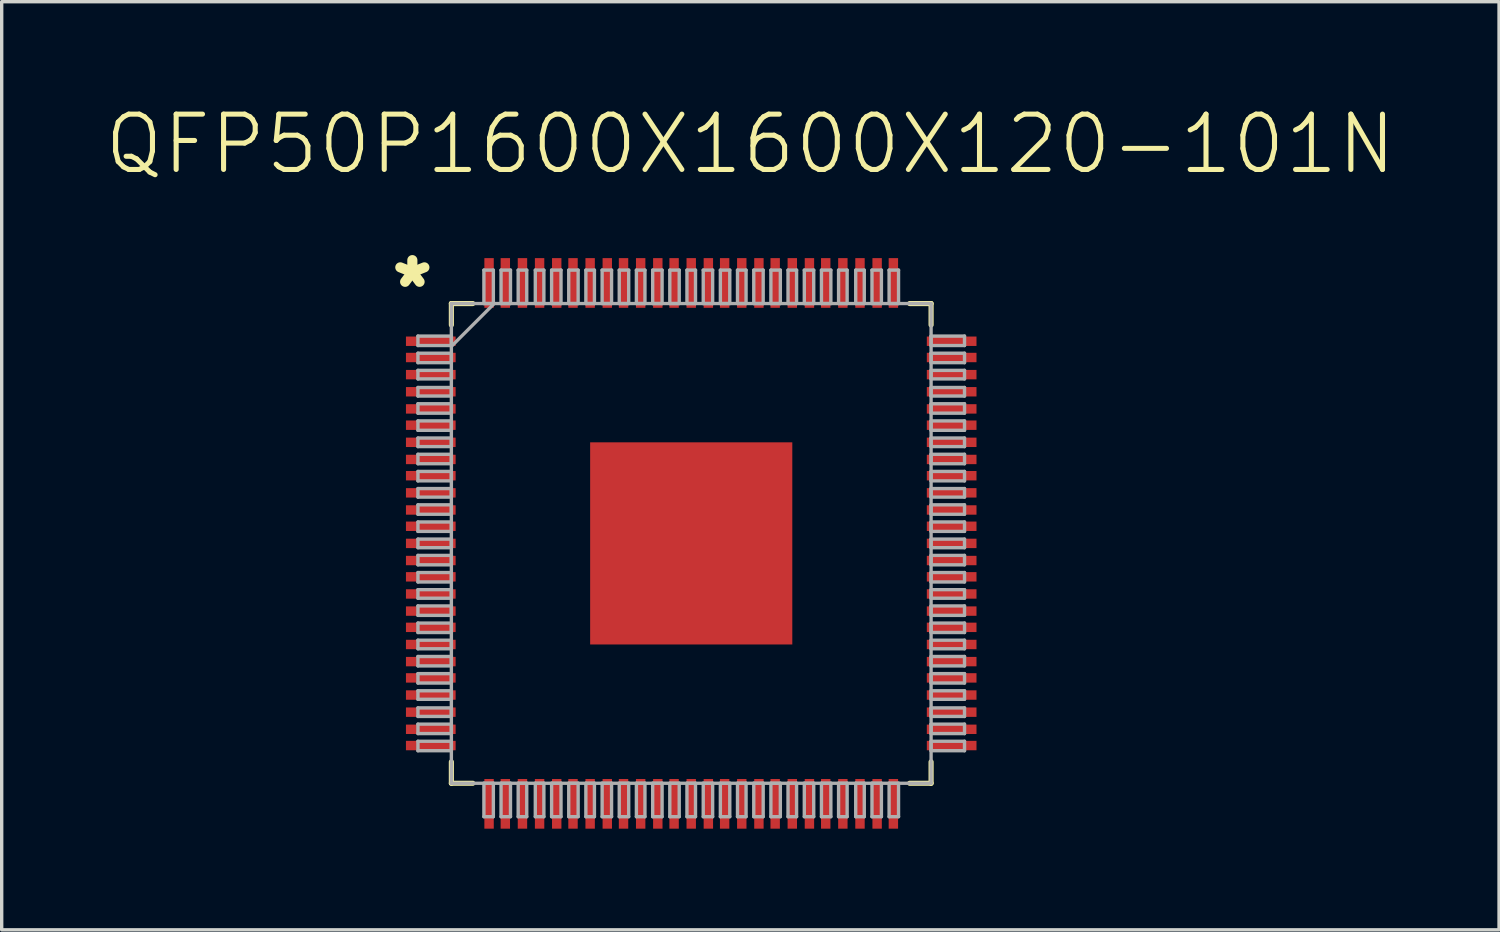
<source format=kicad_pcb>
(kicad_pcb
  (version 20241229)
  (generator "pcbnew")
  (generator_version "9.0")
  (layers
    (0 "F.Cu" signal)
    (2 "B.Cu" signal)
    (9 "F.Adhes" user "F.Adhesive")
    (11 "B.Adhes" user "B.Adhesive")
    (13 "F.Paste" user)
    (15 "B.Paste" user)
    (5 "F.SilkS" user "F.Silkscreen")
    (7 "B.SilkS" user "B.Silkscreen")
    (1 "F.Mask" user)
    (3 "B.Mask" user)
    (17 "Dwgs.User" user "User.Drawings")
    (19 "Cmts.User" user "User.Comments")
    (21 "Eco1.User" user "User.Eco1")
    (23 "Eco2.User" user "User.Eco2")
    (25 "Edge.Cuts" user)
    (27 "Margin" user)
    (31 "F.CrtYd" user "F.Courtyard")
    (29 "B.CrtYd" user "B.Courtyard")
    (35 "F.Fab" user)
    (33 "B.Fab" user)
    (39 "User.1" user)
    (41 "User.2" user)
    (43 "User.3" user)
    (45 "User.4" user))
  (footprint "QFP50P1600X1600X120-101N"
    (layer "F.Cu")
    (at 17.445 13.062)
    (property "Reference" "QFP50P1600X1600X120-101N" (at 1.753 -11.839 0) (layer "F.SilkS") (effects (font (size 1.64 1.64) (thickness 0.15))))
    (attr smd)
    (fp_line (start -7.112 -7.112) (end -7.112 -6.477) (stroke (width 0.152) (type solid)) (layer "F.SilkS"))
    (fp_line (start -7.112 6.477) (end -7.112 7.112) (stroke (width 0.152) (type solid)) (layer "F.SilkS"))
    (fp_line (start -7.112 7.112) (end -6.477 7.112) (stroke (width 0.152) (type solid)) (layer "F.SilkS"))
    (fp_line (start -6.477 -7.112) (end -7.112 -7.112) (stroke (width 0.152) (type solid)) (layer "F.SilkS"))
    (fp_line (start 6.477 7.112) (end 7.112 7.112) (stroke (width 0.152) (type solid)) (layer "F.SilkS"))
    (fp_line (start 7.112 -7.112) (end 6.477 -7.112) (stroke (width 0.152) (type solid)) (layer "F.SilkS"))
    (fp_line (start 7.112 -6.477) (end 7.112 -7.112) (stroke (width 0.152) (type solid)) (layer "F.SilkS"))
    (fp_line (start 7.112 7.112) (end 7.112 6.477) (stroke (width 0.152) (type solid)) (layer "F.SilkS"))
    (fp_line (start -8.103 -6.147) (end -8.103 -5.867) (stroke (width 0.1) (type solid)) (layer "F.Fab"))
    (fp_line (start -8.103 -5.867) (end -7.112 -5.867) (stroke (width 0.1) (type solid)) (layer "F.Fab"))
    (fp_line (start -8.103 -5.639) (end -8.103 -5.359) (stroke (width 0.1) (type solid)) (layer "F.Fab"))
    (fp_line (start -8.103 -5.359) (end -7.112 -5.359) (stroke (width 0.1) (type solid)) (layer "F.Fab"))
    (fp_line (start -8.103 -5.131) (end -8.103 -4.877) (stroke (width 0.1) (type solid)) (layer "F.Fab"))
    (fp_line (start -8.103 -4.877) (end -7.112 -4.877) (stroke (width 0.1) (type solid)) (layer "F.Fab"))
    (fp_line (start -8.103 -4.623) (end -8.103 -4.369) (stroke (width 0.1) (type solid)) (layer "F.Fab"))
    (fp_line (start -8.103 -4.369) (end -7.112 -4.369) (stroke (width 0.1) (type solid)) (layer "F.Fab"))
    (fp_line (start -8.103 -4.14) (end -8.103 -3.861) (stroke (width 0.1) (type solid)) (layer "F.Fab"))
    (fp_line (start -8.103 -3.861) (end -7.112 -3.861) (stroke (width 0.1) (type solid)) (layer "F.Fab"))
    (fp_line (start -8.103 -3.632) (end -8.103 -3.353) (stroke (width 0.1) (type solid)) (layer "F.Fab"))
    (fp_line (start -8.103 -3.353) (end -7.112 -3.353) (stroke (width 0.1) (type solid)) (layer "F.Fab"))
    (fp_line (start -8.103 -3.124) (end -8.103 -2.87) (stroke (width 0.1) (type solid)) (layer "F.Fab"))
    (fp_line (start -8.103 -2.87) (end -7.112 -2.87) (stroke (width 0.1) (type solid)) (layer "F.Fab"))
    (fp_line (start -8.103 -2.642) (end -8.103 -2.362) (stroke (width 0.1) (type solid)) (layer "F.Fab"))
    (fp_line (start -8.103 -2.362) (end -7.112 -2.362) (stroke (width 0.1) (type solid)) (layer "F.Fab"))
    (fp_line (start -8.103 -2.134) (end -8.103 -1.854) (stroke (width 0.1) (type solid)) (layer "F.Fab"))
    (fp_line (start -8.103 -1.854) (end -7.112 -1.854) (stroke (width 0.1) (type solid)) (layer "F.Fab"))
    (fp_line (start -8.103 -1.626) (end -8.103 -1.372) (stroke (width 0.1) (type solid)) (layer "F.Fab"))
    (fp_line (start -8.103 -1.372) (end -7.112 -1.372) (stroke (width 0.1) (type solid)) (layer "F.Fab"))
    (fp_line (start -8.103 -1.143) (end -8.103 -0.864) (stroke (width 0.1) (type solid)) (layer "F.Fab"))
    (fp_line (start -8.103 -0.864) (end -7.112 -0.864) (stroke (width 0.1) (type solid)) (layer "F.Fab"))
    (fp_line (start -8.103 -0.635) (end -8.103 -0.356) (stroke (width 0.1) (type solid)) (layer "F.Fab"))
    (fp_line (start -8.103 -0.356) (end -7.112 -0.356) (stroke (width 0.1) (type solid)) (layer "F.Fab"))
    (fp_line (start -8.103 -0.127) (end -8.103 0.127) (stroke (width 0.1) (type solid)) (layer "F.Fab"))
    (fp_line (start -8.103 0.127) (end -7.112 0.127) (stroke (width 0.1) (type solid)) (layer "F.Fab"))
    (fp_line (start -8.103 0.356) (end -8.103 0.635) (stroke (width 0.1) (type solid)) (layer "F.Fab"))
    (fp_line (start -8.103 0.635) (end -7.112 0.635) (stroke (width 0.1) (type solid)) (layer "F.Fab"))
    (fp_line (start -8.103 0.864) (end -8.103 1.143) (stroke (width 0.1) (type solid)) (layer "F.Fab"))
    (fp_line (start -8.103 1.143) (end -7.112 1.143) (stroke (width 0.1) (type solid)) (layer "F.Fab"))
    (fp_line (start -8.103 1.372) (end -8.103 1.626) (stroke (width 0.1) (type solid)) (layer "F.Fab"))
    (fp_line (start -8.103 1.626) (end -7.112 1.626) (stroke (width 0.1) (type solid)) (layer "F.Fab"))
    (fp_line (start -8.103 1.854) (end -8.103 2.134) (stroke (width 0.1) (type solid)) (layer "F.Fab"))
    (fp_line (start -8.103 2.134) (end -7.112 2.134) (stroke (width 0.1) (type solid)) (layer "F.Fab"))
    (fp_line (start -8.103 2.362) (end -8.103 2.642) (stroke (width 0.1) (type solid)) (layer "F.Fab"))
    (fp_line (start -8.103 2.642) (end -7.112 2.642) (stroke (width 0.1) (type solid)) (layer "F.Fab"))
    (fp_line (start -8.103 2.87) (end -8.103 3.124) (stroke (width 0.1) (type solid)) (layer "F.Fab"))
    (fp_line (start -8.103 3.124) (end -7.112 3.124) (stroke (width 0.1) (type solid)) (layer "F.Fab"))
    (fp_line (start -8.103 3.353) (end -8.103 3.632) (stroke (width 0.1) (type solid)) (layer "F.Fab"))
    (fp_line (start -8.103 3.632) (end -7.112 3.632) (stroke (width 0.1) (type solid)) (layer "F.Fab"))
    (fp_line (start -8.103 3.861) (end -8.103 4.14) (stroke (width 0.1) (type solid)) (layer "F.Fab"))
    (fp_line (start -8.103 4.14) (end -7.112 4.14) (stroke (width 0.1) (type solid)) (layer "F.Fab"))
    (fp_line (start -8.103 4.369) (end -8.103 4.623) (stroke (width 0.1) (type solid)) (layer "F.Fab"))
    (fp_line (start -8.103 4.623) (end -7.112 4.623) (stroke (width 0.1) (type solid)) (layer "F.Fab"))
    (fp_line (start -8.103 4.877) (end -8.103 5.131) (stroke (width 0.1) (type solid)) (layer "F.Fab"))
    (fp_line (start -8.103 5.131) (end -7.112 5.131) (stroke (width 0.1) (type solid)) (layer "F.Fab"))
    (fp_line (start -8.103 5.359) (end -8.103 5.639) (stroke (width 0.1) (type solid)) (layer "F.Fab"))
    (fp_line (start -8.103 5.639) (end -7.112 5.639) (stroke (width 0.1) (type solid)) (layer "F.Fab"))
    (fp_line (start -8.103 5.867) (end -8.103 6.147) (stroke (width 0.1) (type solid)) (layer "F.Fab"))
    (fp_line (start -8.103 6.147) (end -7.112 6.147) (stroke (width 0.1) (type solid)) (layer "F.Fab"))
    (fp_line (start -7.112 -7.112) (end -7.112 7.112) (stroke (width 0.1) (type solid)) (layer "F.Fab"))
    (fp_line (start -7.112 -6.147) (end -8.103 -6.147) (stroke (width 0.1) (type solid)) (layer "F.Fab"))
    (fp_line (start -7.112 -5.867) (end -7.112 -6.147) (stroke (width 0.1) (type solid)) (layer "F.Fab"))
    (fp_line (start -7.112 -5.842) (end -5.842 -7.112) (stroke (width 0.1) (type solid)) (layer "F.Fab"))
    (fp_line (start -7.112 -5.639) (end -8.103 -5.639) (stroke (width 0.1) (type solid)) (layer "F.Fab"))
    (fp_line (start -7.112 -5.359) (end -7.112 -5.639) (stroke (width 0.1) (type solid)) (layer "F.Fab"))
    (fp_line (start -7.112 -5.131) (end -8.103 -5.131) (stroke (width 0.1) (type solid)) (layer "F.Fab"))
    (fp_line (start -7.112 -4.877) (end -7.112 -5.131) (stroke (width 0.1) (type solid)) (layer "F.Fab"))
    (fp_line (start -7.112 -4.623) (end -8.103 -4.623) (stroke (width 0.1) (type solid)) (layer "F.Fab"))
    (fp_line (start -7.112 -4.369) (end -7.112 -4.623) (stroke (width 0.1) (type solid)) (layer "F.Fab"))
    (fp_line (start -7.112 -4.14) (end -8.103 -4.14) (stroke (width 0.1) (type solid)) (layer "F.Fab"))
    (fp_line (start -7.112 -3.861) (end -7.112 -4.14) (stroke (width 0.1) (type solid)) (layer "F.Fab"))
    (fp_line (start -7.112 -3.632) (end -8.103 -3.632) (stroke (width 0.1) (type solid)) (layer "F.Fab"))
    (fp_line (start -7.112 -3.353) (end -7.112 -3.632) (stroke (width 0.1) (type solid)) (layer "F.Fab"))
    (fp_line (start -7.112 -3.124) (end -8.103 -3.124) (stroke (width 0.1) (type solid)) (layer "F.Fab"))
    (fp_line (start -7.112 -2.87) (end -7.112 -3.124) (stroke (width 0.1) (type solid)) (layer "F.Fab"))
    (fp_line (start -7.112 -2.642) (end -8.103 -2.642) (stroke (width 0.1) (type solid)) (layer "F.Fab"))
    (fp_line (start -7.112 -2.362) (end -7.112 -2.642) (stroke (width 0.1) (type solid)) (layer "F.Fab"))
    (fp_line (start -7.112 -2.134) (end -8.103 -2.134) (stroke (width 0.1) (type solid)) (layer "F.Fab"))
    (fp_line (start -7.112 -1.854) (end -7.112 -2.134) (stroke (width 0.1) (type solid)) (layer "F.Fab"))
    (fp_line (start -7.112 -1.626) (end -8.103 -1.626) (stroke (width 0.1) (type solid)) (layer "F.Fab"))
    (fp_line (start -7.112 -1.372) (end -7.112 -1.626) (stroke (width 0.1) (type solid)) (layer "F.Fab"))
    (fp_line (start -7.112 -1.143) (end -8.103 -1.143) (stroke (width 0.1) (type solid)) (layer "F.Fab"))
    (fp_line (start -7.112 -0.864) (end -7.112 -1.143) (stroke (width 0.1) (type solid)) (layer "F.Fab"))
    (fp_line (start -7.112 -0.635) (end -8.103 -0.635) (stroke (width 0.1) (type solid)) (layer "F.Fab"))
    (fp_line (start -7.112 -0.356) (end -7.112 -0.635) (stroke (width 0.1) (type solid)) (layer "F.Fab"))
    (fp_line (start -7.112 -0.127) (end -8.103 -0.127) (stroke (width 0.1) (type solid)) (layer "F.Fab"))
    (fp_line (start -7.112 0.127) (end -7.112 -0.127) (stroke (width 0.1) (type solid)) (layer "F.Fab"))
    (fp_line (start -7.112 0.356) (end -8.103 0.356) (stroke (width 0.1) (type solid)) (layer "F.Fab"))
    (fp_line (start -7.112 0.635) (end -7.112 0.356) (stroke (width 0.1) (type solid)) (layer "F.Fab"))
    (fp_line (start -7.112 0.864) (end -8.103 0.864) (stroke (width 0.1) (type solid)) (layer "F.Fab"))
    (fp_line (start -7.112 1.143) (end -7.112 0.864) (stroke (width 0.1) (type solid)) (layer "F.Fab"))
    (fp_line (start -7.112 1.372) (end -8.103 1.372) (stroke (width 0.1) (type solid)) (layer "F.Fab"))
    (fp_line (start -7.112 1.626) (end -7.112 1.372) (stroke (width 0.1) (type solid)) (layer "F.Fab"))
    (fp_line (start -7.112 1.854) (end -8.103 1.854) (stroke (width 0.1) (type solid)) (layer "F.Fab"))
    (fp_line (start -7.112 2.134) (end -7.112 1.854) (stroke (width 0.1) (type solid)) (layer "F.Fab"))
    (fp_line (start -7.112 2.362) (end -8.103 2.362) (stroke (width 0.1) (type solid)) (layer "F.Fab"))
    (fp_line (start -7.112 2.642) (end -7.112 2.362) (stroke (width 0.1) (type solid)) (layer "F.Fab"))
    (fp_line (start -7.112 2.87) (end -8.103 2.87) (stroke (width 0.1) (type solid)) (layer "F.Fab"))
    (fp_line (start -7.112 3.124) (end -7.112 2.87) (stroke (width 0.1) (type solid)) (layer "F.Fab"))
    (fp_line (start -7.112 3.353) (end -8.103 3.353) (stroke (width 0.1) (type solid)) (layer "F.Fab"))
    (fp_line (start -7.112 3.632) (end -7.112 3.353) (stroke (width 0.1) (type solid)) (layer "F.Fab"))
    (fp_line (start -7.112 3.861) (end -8.103 3.861) (stroke (width 0.1) (type solid)) (layer "F.Fab"))
    (fp_line (start -7.112 4.14) (end -7.112 3.861) (stroke (width 0.1) (type solid)) (layer "F.Fab"))
    (fp_line (start -7.112 4.369) (end -8.103 4.369) (stroke (width 0.1) (type solid)) (layer "F.Fab"))
    (fp_line (start -7.112 4.623) (end -7.112 4.369) (stroke (width 0.1) (type solid)) (layer "F.Fab"))
    (fp_line (start -7.112 4.877) (end -8.103 4.877) (stroke (width 0.1) (type solid)) (layer "F.Fab"))
    (fp_line (start -7.112 5.131) (end -7.112 4.877) (stroke (width 0.1) (type solid)) (layer "F.Fab"))
    (fp_line (start -7.112 5.359) (end -8.103 5.359) (stroke (width 0.1) (type solid)) (layer "F.Fab"))
    (fp_line (start -7.112 5.639) (end -7.112 5.359) (stroke (width 0.1) (type solid)) (layer "F.Fab"))
    (fp_line (start -7.112 5.867) (end -8.103 5.867) (stroke (width 0.1) (type solid)) (layer "F.Fab"))
    (fp_line (start -7.112 6.147) (end -7.112 5.867) (stroke (width 0.1) (type solid)) (layer "F.Fab"))
    (fp_line (start -7.112 7.112) (end 7.112 7.112) (stroke (width 0.1) (type solid)) (layer "F.Fab"))
    (fp_line (start -6.147 -8.103) (end -6.147 -7.112) (stroke (width 0.1) (type solid)) (layer "F.Fab"))
    (fp_line (start -6.147 -7.112) (end -5.867 -7.112) (stroke (width 0.1) (type solid)) (layer "F.Fab"))
    (fp_line (start -6.147 7.112) (end -6.147 8.103) (stroke (width 0.1) (type solid)) (layer "F.Fab"))
    (fp_line (start -6.147 8.103) (end -5.867 8.103) (stroke (width 0.1) (type solid)) (layer "F.Fab"))
    (fp_line (start -5.867 -8.103) (end -6.147 -8.103) (stroke (width 0.1) (type solid)) (layer "F.Fab"))
    (fp_line (start -5.867 -7.112) (end -5.867 -8.103) (stroke (width 0.1) (type solid)) (layer "F.Fab"))
    (fp_line (start -5.867 7.112) (end -6.147 7.112) (stroke (width 0.1) (type solid)) (layer "F.Fab"))
    (fp_line (start -5.867 8.103) (end -5.867 7.112) (stroke (width 0.1) (type solid)) (layer "F.Fab"))
    (fp_line (start -5.639 -8.103) (end -5.639 -7.112) (stroke (width 0.1) (type solid)) (layer "F.Fab"))
    (fp_line (start -5.639 -7.112) (end -5.359 -7.112) (stroke (width 0.1) (type solid)) (layer "F.Fab"))
    (fp_line (start -5.639 7.112) (end -5.639 8.103) (stroke (width 0.1) (type solid)) (layer "F.Fab"))
    (fp_line (start -5.639 8.103) (end -5.359 8.103) (stroke (width 0.1) (type solid)) (layer "F.Fab"))
    (fp_line (start -5.359 -8.103) (end -5.639 -8.103) (stroke (width 0.1) (type solid)) (layer "F.Fab"))
    (fp_line (start -5.359 -7.112) (end -5.359 -8.103) (stroke (width 0.1) (type solid)) (layer "F.Fab"))
    (fp_line (start -5.359 7.112) (end -5.639 7.112) (stroke (width 0.1) (type solid)) (layer "F.Fab"))
    (fp_line (start -5.359 8.103) (end -5.359 7.112) (stroke (width 0.1) (type solid)) (layer "F.Fab"))
    (fp_line (start -5.131 -8.103) (end -5.131 -7.112) (stroke (width 0.1) (type solid)) (layer "F.Fab"))
    (fp_line (start -5.131 -7.112) (end -4.877 -7.112) (stroke (width 0.1) (type solid)) (layer "F.Fab"))
    (fp_line (start -5.131 7.112) (end -5.131 8.103) (stroke (width 0.1) (type solid)) (layer "F.Fab"))
    (fp_line (start -5.131 8.103) (end -4.877 8.103) (stroke (width 0.1) (type solid)) (layer "F.Fab"))
    (fp_line (start -4.877 -8.103) (end -5.131 -8.103) (stroke (width 0.1) (type solid)) (layer "F.Fab"))
    (fp_line (start -4.877 -7.112) (end -4.877 -8.103) (stroke (width 0.1) (type solid)) (layer "F.Fab"))
    (fp_line (start -4.877 7.112) (end -5.131 7.112) (stroke (width 0.1) (type solid)) (layer "F.Fab"))
    (fp_line (start -4.877 8.103) (end -4.877 7.112) (stroke (width 0.1) (type solid)) (layer "F.Fab"))
    (fp_line (start -4.623 -8.103) (end -4.623 -7.112) (stroke (width 0.1) (type solid)) (layer "F.Fab"))
    (fp_line (start -4.623 -7.112) (end -4.369 -7.112) (stroke (width 0.1) (type solid)) (layer "F.Fab"))
    (fp_line (start -4.623 7.112) (end -4.623 8.103) (stroke (width 0.1) (type solid)) (layer "F.Fab"))
    (fp_line (start -4.623 8.103) (end -4.369 8.103) (stroke (width 0.1) (type solid)) (layer "F.Fab"))
    (fp_line (start -4.369 -8.103) (end -4.623 -8.103) (stroke (width 0.1) (type solid)) (layer "F.Fab"))
    (fp_line (start -4.369 -7.112) (end -4.369 -8.103) (stroke (width 0.1) (type solid)) (layer "F.Fab"))
    (fp_line (start -4.369 7.112) (end -4.623 7.112) (stroke (width 0.1) (type solid)) (layer "F.Fab"))
    (fp_line (start -4.369 8.103) (end -4.369 7.112) (stroke (width 0.1) (type solid)) (layer "F.Fab"))
    (fp_line (start -4.14 -8.103) (end -4.14 -7.112) (stroke (width 0.1) (type solid)) (layer "F.Fab"))
    (fp_line (start -4.14 -7.112) (end -3.861 -7.112) (stroke (width 0.1) (type solid)) (layer "F.Fab"))
    (fp_line (start -4.14 7.112) (end -4.14 8.103) (stroke (width 0.1) (type solid)) (layer "F.Fab"))
    (fp_line (start -4.14 8.103) (end -3.861 8.103) (stroke (width 0.1) (type solid)) (layer "F.Fab"))
    (fp_line (start -3.861 -8.103) (end -4.14 -8.103) (stroke (width 0.1) (type solid)) (layer "F.Fab"))
    (fp_line (start -3.861 -7.112) (end -3.861 -8.103) (stroke (width 0.1) (type solid)) (layer "F.Fab"))
    (fp_line (start -3.861 7.112) (end -4.14 7.112) (stroke (width 0.1) (type solid)) (layer "F.Fab"))
    (fp_line (start -3.861 8.103) (end -3.861 7.112) (stroke (width 0.1) (type solid)) (layer "F.Fab"))
    (fp_line (start -3.632 -8.103) (end -3.632 -7.112) (stroke (width 0.1) (type solid)) (layer "F.Fab"))
    (fp_line (start -3.632 -7.112) (end -3.353 -7.112) (stroke (width 0.1) (type solid)) (layer "F.Fab"))
    (fp_line (start -3.632 7.112) (end -3.632 8.103) (stroke (width 0.1) (type solid)) (layer "F.Fab"))
    (fp_line (start -3.632 8.103) (end -3.353 8.103) (stroke (width 0.1) (type solid)) (layer "F.Fab"))
    (fp_line (start -3.353 -8.103) (end -3.632 -8.103) (stroke (width 0.1) (type solid)) (layer "F.Fab"))
    (fp_line (start -3.353 -7.112) (end -3.353 -8.103) (stroke (width 0.1) (type solid)) (layer "F.Fab"))
    (fp_line (start -3.353 7.112) (end -3.632 7.112) (stroke (width 0.1) (type solid)) (layer "F.Fab"))
    (fp_line (start -3.353 8.103) (end -3.353 7.112) (stroke (width 0.1) (type solid)) (layer "F.Fab"))
    (fp_line (start -3.124 -8.103) (end -3.124 -7.112) (stroke (width 0.1) (type solid)) (layer "F.Fab"))
    (fp_line (start -3.124 -7.112) (end -2.87 -7.112) (stroke (width 0.1) (type solid)) (layer "F.Fab"))
    (fp_line (start -3.124 7.112) (end -3.124 8.103) (stroke (width 0.1) (type solid)) (layer "F.Fab"))
    (fp_line (start -3.124 8.103) (end -2.87 8.103) (stroke (width 0.1) (type solid)) (layer "F.Fab"))
    (fp_line (start -2.87 -8.103) (end -3.124 -8.103) (stroke (width 0.1) (type solid)) (layer "F.Fab"))
    (fp_line (start -2.87 -7.112) (end -2.87 -8.103) (stroke (width 0.1) (type solid)) (layer "F.Fab"))
    (fp_line (start -2.87 7.112) (end -3.124 7.112) (stroke (width 0.1) (type solid)) (layer "F.Fab"))
    (fp_line (start -2.87 8.103) (end -2.87 7.112) (stroke (width 0.1) (type solid)) (layer "F.Fab"))
    (fp_line (start -2.642 -8.103) (end -2.642 -7.112) (stroke (width 0.1) (type solid)) (layer "F.Fab"))
    (fp_line (start -2.642 -7.112) (end -2.362 -7.112) (stroke (width 0.1) (type solid)) (layer "F.Fab"))
    (fp_line (start -2.642 7.112) (end -2.642 8.103) (stroke (width 0.1) (type solid)) (layer "F.Fab"))
    (fp_line (start -2.642 8.103) (end -2.362 8.103) (stroke (width 0.1) (type solid)) (layer "F.Fab"))
    (fp_line (start -2.362 -8.103) (end -2.642 -8.103) (stroke (width 0.1) (type solid)) (layer "F.Fab"))
    (fp_line (start -2.362 -7.112) (end -2.362 -8.103) (stroke (width 0.1) (type solid)) (layer "F.Fab"))
    (fp_line (start -2.362 7.112) (end -2.642 7.112) (stroke (width 0.1) (type solid)) (layer "F.Fab"))
    (fp_line (start -2.362 8.103) (end -2.362 7.112) (stroke (width 0.1) (type solid)) (layer "F.Fab"))
    (fp_line (start -2.134 -8.103) (end -2.134 -7.112) (stroke (width 0.1) (type solid)) (layer "F.Fab"))
    (fp_line (start -2.134 -7.112) (end -1.854 -7.112) (stroke (width 0.1) (type solid)) (layer "F.Fab"))
    (fp_line (start -2.134 7.112) (end -2.134 8.103) (stroke (width 0.1) (type solid)) (layer "F.Fab"))
    (fp_line (start -2.134 8.103) (end -1.854 8.103) (stroke (width 0.1) (type solid)) (layer "F.Fab"))
    (fp_line (start -1.854 -8.103) (end -2.134 -8.103) (stroke (width 0.1) (type solid)) (layer "F.Fab"))
    (fp_line (start -1.854 -7.112) (end -1.854 -8.103) (stroke (width 0.1) (type solid)) (layer "F.Fab"))
    (fp_line (start -1.854 7.112) (end -2.134 7.112) (stroke (width 0.1) (type solid)) (layer "F.Fab"))
    (fp_line (start -1.854 8.103) (end -1.854 7.112) (stroke (width 0.1) (type solid)) (layer "F.Fab"))
    (fp_line (start -1.626 -8.103) (end -1.626 -7.112) (stroke (width 0.1) (type solid)) (layer "F.Fab"))
    (fp_line (start -1.626 -7.112) (end -1.372 -7.112) (stroke (width 0.1) (type solid)) (layer "F.Fab"))
    (fp_line (start -1.626 7.112) (end -1.626 8.103) (stroke (width 0.1) (type solid)) (layer "F.Fab"))
    (fp_line (start -1.626 8.103) (end -1.372 8.103) (stroke (width 0.1) (type solid)) (layer "F.Fab"))
    (fp_line (start -1.372 -8.103) (end -1.626 -8.103) (stroke (width 0.1) (type solid)) (layer "F.Fab"))
    (fp_line (start -1.372 -7.112) (end -1.372 -8.103) (stroke (width 0.1) (type solid)) (layer "F.Fab"))
    (fp_line (start -1.372 7.112) (end -1.626 7.112) (stroke (width 0.1) (type solid)) (layer "F.Fab"))
    (fp_line (start -1.372 8.103) (end -1.372 7.112) (stroke (width 0.1) (type solid)) (layer "F.Fab"))
    (fp_line (start -1.143 -8.103) (end -1.143 -7.112) (stroke (width 0.1) (type solid)) (layer "F.Fab"))
    (fp_line (start -1.143 -7.112) (end -0.864 -7.112) (stroke (width 0.1) (type solid)) (layer "F.Fab"))
    (fp_line (start -1.143 7.112) (end -1.143 8.103) (stroke (width 0.1) (type solid)) (layer "F.Fab"))
    (fp_line (start -1.143 8.103) (end -0.864 8.103) (stroke (width 0.1) (type solid)) (layer "F.Fab"))
    (fp_line (start -0.864 -8.103) (end -1.143 -8.103) (stroke (width 0.1) (type solid)) (layer "F.Fab"))
    (fp_line (start -0.864 -7.112) (end -0.864 -8.103) (stroke (width 0.1) (type solid)) (layer "F.Fab"))
    (fp_line (start -0.864 7.112) (end -1.143 7.112) (stroke (width 0.1) (type solid)) (layer "F.Fab"))
    (fp_line (start -0.864 8.103) (end -0.864 7.112) (stroke (width 0.1) (type solid)) (layer "F.Fab"))
    (fp_line (start -0.635 -8.103) (end -0.635 -7.112) (stroke (width 0.1) (type solid)) (layer "F.Fab"))
    (fp_line (start -0.635 -7.112) (end -0.356 -7.112) (stroke (width 0.1) (type solid)) (layer "F.Fab"))
    (fp_line (start -0.635 7.112) (end -0.635 8.103) (stroke (width 0.1) (type solid)) (layer "F.Fab"))
    (fp_line (start -0.635 8.103) (end -0.356 8.103) (stroke (width 0.1) (type solid)) (layer "F.Fab"))
    (fp_line (start -0.356 -8.103) (end -0.635 -8.103) (stroke (width 0.1) (type solid)) (layer "F.Fab"))
    (fp_line (start -0.356 -7.112) (end -0.356 -8.103) (stroke (width 0.1) (type solid)) (layer "F.Fab"))
    (fp_line (start -0.356 7.112) (end -0.635 7.112) (stroke (width 0.1) (type solid)) (layer "F.Fab"))
    (fp_line (start -0.356 8.103) (end -0.356 7.112) (stroke (width 0.1) (type solid)) (layer "F.Fab"))
    (fp_line (start -0.127 -8.103) (end -0.127 -7.112) (stroke (width 0.1) (type solid)) (layer "F.Fab"))
    (fp_line (start -0.127 -7.112) (end 0.127 -7.112) (stroke (width 0.1) (type solid)) (layer "F.Fab"))
    (fp_line (start -0.127 7.112) (end -0.127 8.103) (stroke (width 0.1) (type solid)) (layer "F.Fab"))
    (fp_line (start -0.127 8.103) (end 0.127 8.103) (stroke (width 0.1) (type solid)) (layer "F.Fab"))
    (fp_line (start 0.127 -8.103) (end -0.127 -8.103) (stroke (width 0.1) (type solid)) (layer "F.Fab"))
    (fp_line (start 0.127 -7.112) (end 0.127 -8.103) (stroke (width 0.1) (type solid)) (layer "F.Fab"))
    (fp_line (start 0.127 7.112) (end -0.127 7.112) (stroke (width 0.1) (type solid)) (layer "F.Fab"))
    (fp_line (start 0.127 8.103) (end 0.127 7.112) (stroke (width 0.1) (type solid)) (layer "F.Fab"))
    (fp_line (start 0.356 -8.103) (end 0.356 -7.112) (stroke (width 0.1) (type solid)) (layer "F.Fab"))
    (fp_line (start 0.356 -7.112) (end 0.635 -7.112) (stroke (width 0.1) (type solid)) (layer "F.Fab"))
    (fp_line (start 0.356 7.112) (end 0.356 8.103) (stroke (width 0.1) (type solid)) (layer "F.Fab"))
    (fp_line (start 0.356 8.103) (end 0.635 8.103) (stroke (width 0.1) (type solid)) (layer "F.Fab"))
    (fp_line (start 0.635 -8.103) (end 0.356 -8.103) (stroke (width 0.1) (type solid)) (layer "F.Fab"))
    (fp_line (start 0.635 -7.112) (end 0.635 -8.103) (stroke (width 0.1) (type solid)) (layer "F.Fab"))
    (fp_line (start 0.635 7.112) (end 0.356 7.112) (stroke (width 0.1) (type solid)) (layer "F.Fab"))
    (fp_line (start 0.635 8.103) (end 0.635 7.112) (stroke (width 0.1) (type solid)) (layer "F.Fab"))
    (fp_line (start 0.864 -8.103) (end 0.864 -7.112) (stroke (width 0.1) (type solid)) (layer "F.Fab"))
    (fp_line (start 0.864 -7.112) (end 1.143 -7.112) (stroke (width 0.1) (type solid)) (layer "F.Fab"))
    (fp_line (start 0.864 7.112) (end 0.864 8.103) (stroke (width 0.1) (type solid)) (layer "F.Fab"))
    (fp_line (start 0.864 8.103) (end 1.143 8.103) (stroke (width 0.1) (type solid)) (layer "F.Fab"))
    (fp_line (start 1.143 -8.103) (end 0.864 -8.103) (stroke (width 0.1) (type solid)) (layer "F.Fab"))
    (fp_line (start 1.143 -7.112) (end 1.143 -8.103) (stroke (width 0.1) (type solid)) (layer "F.Fab"))
    (fp_line (start 1.143 7.112) (end 0.864 7.112) (stroke (width 0.1) (type solid)) (layer "F.Fab"))
    (fp_line (start 1.143 8.103) (end 1.143 7.112) (stroke (width 0.1) (type solid)) (layer "F.Fab"))
    (fp_line (start 1.372 -8.103) (end 1.372 -7.112) (stroke (width 0.1) (type solid)) (layer "F.Fab"))
    (fp_line (start 1.372 -7.112) (end 1.626 -7.112) (stroke (width 0.1) (type solid)) (layer "F.Fab"))
    (fp_line (start 1.372 7.112) (end 1.372 8.103) (stroke (width 0.1) (type solid)) (layer "F.Fab"))
    (fp_line (start 1.372 8.103) (end 1.626 8.103) (stroke (width 0.1) (type solid)) (layer "F.Fab"))
    (fp_line (start 1.626 -8.103) (end 1.372 -8.103) (stroke (width 0.1) (type solid)) (layer "F.Fab"))
    (fp_line (start 1.626 -7.112) (end 1.626 -8.103) (stroke (width 0.1) (type solid)) (layer "F.Fab"))
    (fp_line (start 1.626 7.112) (end 1.372 7.112) (stroke (width 0.1) (type solid)) (layer "F.Fab"))
    (fp_line (start 1.626 8.103) (end 1.626 7.112) (stroke (width 0.1) (type solid)) (layer "F.Fab"))
    (fp_line (start 1.854 -8.103) (end 1.854 -7.112) (stroke (width 0.1) (type solid)) (layer "F.Fab"))
    (fp_line (start 1.854 -7.112) (end 2.134 -7.112) (stroke (width 0.1) (type solid)) (layer "F.Fab"))
    (fp_line (start 1.854 7.112) (end 1.854 8.103) (stroke (width 0.1) (type solid)) (layer "F.Fab"))
    (fp_line (start 1.854 8.103) (end 2.134 8.103) (stroke (width 0.1) (type solid)) (layer "F.Fab"))
    (fp_line (start 2.134 -8.103) (end 1.854 -8.103) (stroke (width 0.1) (type solid)) (layer "F.Fab"))
    (fp_line (start 2.134 -7.112) (end 2.134 -8.103) (stroke (width 0.1) (type solid)) (layer "F.Fab"))
    (fp_line (start 2.134 7.112) (end 1.854 7.112) (stroke (width 0.1) (type solid)) (layer "F.Fab"))
    (fp_line (start 2.134 8.103) (end 2.134 7.112) (stroke (width 0.1) (type solid)) (layer "F.Fab"))
    (fp_line (start 2.362 -8.103) (end 2.362 -7.112) (stroke (width 0.1) (type solid)) (layer "F.Fab"))
    (fp_line (start 2.362 -7.112) (end 2.642 -7.112) (stroke (width 0.1) (type solid)) (layer "F.Fab"))
    (fp_line (start 2.362 7.112) (end 2.362 8.103) (stroke (width 0.1) (type solid)) (layer "F.Fab"))
    (fp_line (start 2.362 8.103) (end 2.642 8.103) (stroke (width 0.1) (type solid)) (layer "F.Fab"))
    (fp_line (start 2.642 -8.103) (end 2.362 -8.103) (stroke (width 0.1) (type solid)) (layer "F.Fab"))
    (fp_line (start 2.642 -7.112) (end 2.642 -8.103) (stroke (width 0.1) (type solid)) (layer "F.Fab"))
    (fp_line (start 2.642 7.112) (end 2.362 7.112) (stroke (width 0.1) (type solid)) (layer "F.Fab"))
    (fp_line (start 2.642 8.103) (end 2.642 7.112) (stroke (width 0.1) (type solid)) (layer "F.Fab"))
    (fp_line (start 2.87 -8.103) (end 2.87 -7.112) (stroke (width 0.1) (type solid)) (layer "F.Fab"))
    (fp_line (start 2.87 -7.112) (end 3.124 -7.112) (stroke (width 0.1) (type solid)) (layer "F.Fab"))
    (fp_line (start 2.87 7.112) (end 2.87 8.103) (stroke (width 0.1) (type solid)) (layer "F.Fab"))
    (fp_line (start 2.87 8.103) (end 3.124 8.103) (stroke (width 0.1) (type solid)) (layer "F.Fab"))
    (fp_line (start 3.124 -8.103) (end 2.87 -8.103) (stroke (width 0.1) (type solid)) (layer "F.Fab"))
    (fp_line (start 3.124 -7.112) (end 3.124 -8.103) (stroke (width 0.1) (type solid)) (layer "F.Fab"))
    (fp_line (start 3.124 7.112) (end 2.87 7.112) (stroke (width 0.1) (type solid)) (layer "F.Fab"))
    (fp_line (start 3.124 8.103) (end 3.124 7.112) (stroke (width 0.1) (type solid)) (layer "F.Fab"))
    (fp_line (start 3.353 -8.103) (end 3.353 -7.112) (stroke (width 0.1) (type solid)) (layer "F.Fab"))
    (fp_line (start 3.353 -7.112) (end 3.632 -7.112) (stroke (width 0.1) (type solid)) (layer "F.Fab"))
    (fp_line (start 3.353 7.112) (end 3.353 8.103) (stroke (width 0.1) (type solid)) (layer "F.Fab"))
    (fp_line (start 3.353 8.103) (end 3.632 8.103) (stroke (width 0.1) (type solid)) (layer "F.Fab"))
    (fp_line (start 3.632 -8.103) (end 3.353 -8.103) (stroke (width 0.1) (type solid)) (layer "F.Fab"))
    (fp_line (start 3.632 -7.112) (end 3.632 -8.103) (stroke (width 0.1) (type solid)) (layer "F.Fab"))
    (fp_line (start 3.632 7.112) (end 3.353 7.112) (stroke (width 0.1) (type solid)) (layer "F.Fab"))
    (fp_line (start 3.632 8.103) (end 3.632 7.112) (stroke (width 0.1) (type solid)) (layer "F.Fab"))
    (fp_line (start 3.861 -8.103) (end 3.861 -7.112) (stroke (width 0.1) (type solid)) (layer "F.Fab"))
    (fp_line (start 3.861 -7.112) (end 4.14 -7.112) (stroke (width 0.1) (type solid)) (layer "F.Fab"))
    (fp_line (start 3.861 7.112) (end 3.861 8.103) (stroke (width 0.1) (type solid)) (layer "F.Fab"))
    (fp_line (start 3.861 8.103) (end 4.14 8.103) (stroke (width 0.1) (type solid)) (layer "F.Fab"))
    (fp_line (start 4.14 -8.103) (end 3.861 -8.103) (stroke (width 0.1) (type solid)) (layer "F.Fab"))
    (fp_line (start 4.14 -7.112) (end 4.14 -8.103) (stroke (width 0.1) (type solid)) (layer "F.Fab"))
    (fp_line (start 4.14 7.112) (end 3.861 7.112) (stroke (width 0.1) (type solid)) (layer "F.Fab"))
    (fp_line (start 4.14 8.103) (end 4.14 7.112) (stroke (width 0.1) (type solid)) (layer "F.Fab"))
    (fp_line (start 4.369 -8.103) (end 4.369 -7.112) (stroke (width 0.1) (type solid)) (layer "F.Fab"))
    (fp_line (start 4.369 -7.112) (end 4.623 -7.112) (stroke (width 0.1) (type solid)) (layer "F.Fab"))
    (fp_line (start 4.369 7.112) (end 4.369 8.103) (stroke (width 0.1) (type solid)) (layer "F.Fab"))
    (fp_line (start 4.369 8.103) (end 4.623 8.103) (stroke (width 0.1) (type solid)) (layer "F.Fab"))
    (fp_line (start 4.623 -8.103) (end 4.369 -8.103) (stroke (width 0.1) (type solid)) (layer "F.Fab"))
    (fp_line (start 4.623 -7.112) (end 4.623 -8.103) (stroke (width 0.1) (type solid)) (layer "F.Fab"))
    (fp_line (start 4.623 7.112) (end 4.369 7.112) (stroke (width 0.1) (type solid)) (layer "F.Fab"))
    (fp_line (start 4.623 8.103) (end 4.623 7.112) (stroke (width 0.1) (type solid)) (layer "F.Fab"))
    (fp_line (start 4.877 -8.103) (end 4.877 -7.112) (stroke (width 0.1) (type solid)) (layer "F.Fab"))
    (fp_line (start 4.877 -7.112) (end 5.131 -7.112) (stroke (width 0.1) (type solid)) (layer "F.Fab"))
    (fp_line (start 4.877 7.112) (end 4.877 8.103) (stroke (width 0.1) (type solid)) (layer "F.Fab"))
    (fp_line (start 4.877 8.103) (end 5.131 8.103) (stroke (width 0.1) (type solid)) (layer "F.Fab"))
    (fp_line (start 5.131 -8.103) (end 4.877 -8.103) (stroke (width 0.1) (type solid)) (layer "F.Fab"))
    (fp_line (start 5.131 -7.112) (end 5.131 -8.103) (stroke (width 0.1) (type solid)) (layer "F.Fab"))
    (fp_line (start 5.131 7.112) (end 4.877 7.112) (stroke (width 0.1) (type solid)) (layer "F.Fab"))
    (fp_line (start 5.131 8.103) (end 5.131 7.112) (stroke (width 0.1) (type solid)) (layer "F.Fab"))
    (fp_line (start 5.359 -8.103) (end 5.359 -7.112) (stroke (width 0.1) (type solid)) (layer "F.Fab"))
    (fp_line (start 5.359 -7.112) (end 5.639 -7.112) (stroke (width 0.1) (type solid)) (layer "F.Fab"))
    (fp_line (start 5.359 7.112) (end 5.359 8.103) (stroke (width 0.1) (type solid)) (layer "F.Fab"))
    (fp_line (start 5.359 8.103) (end 5.639 8.103) (stroke (width 0.1) (type solid)) (layer "F.Fab"))
    (fp_line (start 5.639 -8.103) (end 5.359 -8.103) (stroke (width 0.1) (type solid)) (layer "F.Fab"))
    (fp_line (start 5.639 -7.112) (end 5.639 -8.103) (stroke (width 0.1) (type solid)) (layer "F.Fab"))
    (fp_line (start 5.639 7.112) (end 5.359 7.112) (stroke (width 0.1) (type solid)) (layer "F.Fab"))
    (fp_line (start 5.639 8.103) (end 5.639 7.112) (stroke (width 0.1) (type solid)) (layer "F.Fab"))
    (fp_line (start 5.867 -8.103) (end 5.867 -7.112) (stroke (width 0.1) (type solid)) (layer "F.Fab"))
    (fp_line (start 5.867 -7.112) (end 6.147 -7.112) (stroke (width 0.1) (type solid)) (layer "F.Fab"))
    (fp_line (start 5.867 7.112) (end 5.867 8.103) (stroke (width 0.1) (type solid)) (layer "F.Fab"))
    (fp_line (start 5.867 8.103) (end 6.147 8.103) (stroke (width 0.1) (type solid)) (layer "F.Fab"))
    (fp_line (start 6.147 -8.103) (end 5.867 -8.103) (stroke (width 0.1) (type solid)) (layer "F.Fab"))
    (fp_line (start 6.147 -7.112) (end 6.147 -8.103) (stroke (width 0.1) (type solid)) (layer "F.Fab"))
    (fp_line (start 6.147 7.112) (end 5.867 7.112) (stroke (width 0.1) (type solid)) (layer "F.Fab"))
    (fp_line (start 6.147 8.103) (end 6.147 7.112) (stroke (width 0.1) (type solid)) (layer "F.Fab"))
    (fp_line (start 7.112 -7.112) (end -7.112 -7.112) (stroke (width 0.1) (type solid)) (layer "F.Fab"))
    (fp_line (start 7.112 -6.147) (end 7.112 -5.867) (stroke (width 0.1) (type solid)) (layer "F.Fab"))
    (fp_line (start 7.112 -5.867) (end 8.103 -5.867) (stroke (width 0.1) (type solid)) (layer "F.Fab"))
    (fp_line (start 7.112 -5.639) (end 7.112 -5.359) (stroke (width 0.1) (type solid)) (layer "F.Fab"))
    (fp_line (start 7.112 -5.359) (end 8.103 -5.359) (stroke (width 0.1) (type solid)) (layer "F.Fab"))
    (fp_line (start 7.112 -5.131) (end 7.112 -4.877) (stroke (width 0.1) (type solid)) (layer "F.Fab"))
    (fp_line (start 7.112 -4.877) (end 8.103 -4.877) (stroke (width 0.1) (type solid)) (layer "F.Fab"))
    (fp_line (start 7.112 -4.623) (end 7.112 -4.369) (stroke (width 0.1) (type solid)) (layer "F.Fab"))
    (fp_line (start 7.112 -4.369) (end 8.103 -4.369) (stroke (width 0.1) (type solid)) (layer "F.Fab"))
    (fp_line (start 7.112 -4.14) (end 7.112 -3.861) (stroke (width 0.1) (type solid)) (layer "F.Fab"))
    (fp_line (start 7.112 -3.861) (end 8.103 -3.861) (stroke (width 0.1) (type solid)) (layer "F.Fab"))
    (fp_line (start 7.112 -3.632) (end 7.112 -3.353) (stroke (width 0.1) (type solid)) (layer "F.Fab"))
    (fp_line (start 7.112 -3.353) (end 8.103 -3.353) (stroke (width 0.1) (type solid)) (layer "F.Fab"))
    (fp_line (start 7.112 -3.124) (end 7.112 -2.87) (stroke (width 0.1) (type solid)) (layer "F.Fab"))
    (fp_line (start 7.112 -2.87) (end 8.103 -2.87) (stroke (width 0.1) (type solid)) (layer "F.Fab"))
    (fp_line (start 7.112 -2.642) (end 7.112 -2.362) (stroke (width 0.1) (type solid)) (layer "F.Fab"))
    (fp_line (start 7.112 -2.362) (end 8.103 -2.362) (stroke (width 0.1) (type solid)) (layer "F.Fab"))
    (fp_line (start 7.112 -2.134) (end 7.112 -1.854) (stroke (width 0.1) (type solid)) (layer "F.Fab"))
    (fp_line (start 7.112 -1.854) (end 8.103 -1.854) (stroke (width 0.1) (type solid)) (layer "F.Fab"))
    (fp_line (start 7.112 -1.626) (end 7.112 -1.372) (stroke (width 0.1) (type solid)) (layer "F.Fab"))
    (fp_line (start 7.112 -1.372) (end 8.103 -1.372) (stroke (width 0.1) (type solid)) (layer "F.Fab"))
    (fp_line (start 7.112 -1.143) (end 7.112 -0.864) (stroke (width 0.1) (type solid)) (layer "F.Fab"))
    (fp_line (start 7.112 -0.864) (end 8.103 -0.864) (stroke (width 0.1) (type solid)) (layer "F.Fab"))
    (fp_line (start 7.112 -0.635) (end 7.112 -0.356) (stroke (width 0.1) (type solid)) (layer "F.Fab"))
    (fp_line (start 7.112 -0.356) (end 8.103 -0.356) (stroke (width 0.1) (type solid)) (layer "F.Fab"))
    (fp_line (start 7.112 -0.127) (end 7.112 0.127) (stroke (width 0.1) (type solid)) (layer "F.Fab"))
    (fp_line (start 7.112 0.127) (end 8.103 0.127) (stroke (width 0.1) (type solid)) (layer "F.Fab"))
    (fp_line (start 7.112 0.356) (end 7.112 0.635) (stroke (width 0.1) (type solid)) (layer "F.Fab"))
    (fp_line (start 7.112 0.635) (end 8.103 0.635) (stroke (width 0.1) (type solid)) (layer "F.Fab"))
    (fp_line (start 7.112 0.864) (end 7.112 1.143) (stroke (width 0.1) (type solid)) (layer "F.Fab"))
    (fp_line (start 7.112 1.143) (end 8.103 1.143) (stroke (width 0.1) (type solid)) (layer "F.Fab"))
    (fp_line (start 7.112 1.372) (end 7.112 1.626) (stroke (width 0.1) (type solid)) (layer "F.Fab"))
    (fp_line (start 7.112 1.626) (end 8.103 1.626) (stroke (width 0.1) (type solid)) (layer "F.Fab"))
    (fp_line (start 7.112 1.854) (end 7.112 2.134) (stroke (width 0.1) (type solid)) (layer "F.Fab"))
    (fp_line (start 7.112 2.134) (end 8.103 2.134) (stroke (width 0.1) (type solid)) (layer "F.Fab"))
    (fp_line (start 7.112 2.362) (end 7.112 2.642) (stroke (width 0.1) (type solid)) (layer "F.Fab"))
    (fp_line (start 7.112 2.642) (end 8.103 2.642) (stroke (width 0.1) (type solid)) (layer "F.Fab"))
    (fp_line (start 7.112 2.87) (end 7.112 3.124) (stroke (width 0.1) (type solid)) (layer "F.Fab"))
    (fp_line (start 7.112 3.124) (end 8.103 3.124) (stroke (width 0.1) (type solid)) (layer "F.Fab"))
    (fp_line (start 7.112 3.353) (end 7.112 3.632) (stroke (width 0.1) (type solid)) (layer "F.Fab"))
    (fp_line (start 7.112 3.632) (end 8.103 3.632) (stroke (width 0.1) (type solid)) (layer "F.Fab"))
    (fp_line (start 7.112 3.861) (end 7.112 4.14) (stroke (width 0.1) (type solid)) (layer "F.Fab"))
    (fp_line (start 7.112 4.14) (end 8.103 4.14) (stroke (width 0.1) (type solid)) (layer "F.Fab"))
    (fp_line (start 7.112 4.369) (end 7.112 4.623) (stroke (width 0.1) (type solid)) (layer "F.Fab"))
    (fp_line (start 7.112 4.623) (end 8.103 4.623) (stroke (width 0.1) (type solid)) (layer "F.Fab"))
    (fp_line (start 7.112 4.877) (end 7.112 5.131) (stroke (width 0.1) (type solid)) (layer "F.Fab"))
    (fp_line (start 7.112 5.131) (end 8.103 5.131) (stroke (width 0.1) (type solid)) (layer "F.Fab"))
    (fp_line (start 7.112 5.359) (end 7.112 5.639) (stroke (width 0.1) (type solid)) (layer "F.Fab"))
    (fp_line (start 7.112 5.639) (end 8.103 5.639) (stroke (width 0.1) (type solid)) (layer "F.Fab"))
    (fp_line (start 7.112 5.867) (end 7.112 6.147) (stroke (width 0.1) (type solid)) (layer "F.Fab"))
    (fp_line (start 7.112 6.147) (end 8.103 6.147) (stroke (width 0.1) (type solid)) (layer "F.Fab"))
    (fp_line (start 7.112 7.112) (end 7.112 -7.112) (stroke (width 0.1) (type solid)) (layer "F.Fab"))
    (fp_line (start 8.103 -6.147) (end 7.112 -6.147) (stroke (width 0.1) (type solid)) (layer "F.Fab"))
    (fp_line (start 8.103 -5.867) (end 8.103 -6.147) (stroke (width 0.1) (type solid)) (layer "F.Fab"))
    (fp_line (start 8.103 -5.639) (end 7.112 -5.639) (stroke (width 0.1) (type solid)) (layer "F.Fab"))
    (fp_line (start 8.103 -5.359) (end 8.103 -5.639) (stroke (width 0.1) (type solid)) (layer "F.Fab"))
    (fp_line (start 8.103 -5.131) (end 7.112 -5.131) (stroke (width 0.1) (type solid)) (layer "F.Fab"))
    (fp_line (start 8.103 -4.877) (end 8.103 -5.131) (stroke (width 0.1) (type solid)) (layer "F.Fab"))
    (fp_line (start 8.103 -4.623) (end 7.112 -4.623) (stroke (width 0.1) (type solid)) (layer "F.Fab"))
    (fp_line (start 8.103 -4.369) (end 8.103 -4.623) (stroke (width 0.1) (type solid)) (layer "F.Fab"))
    (fp_line (start 8.103 -4.14) (end 7.112 -4.14) (stroke (width 0.1) (type solid)) (layer "F.Fab"))
    (fp_line (start 8.103 -3.861) (end 8.103 -4.14) (stroke (width 0.1) (type solid)) (layer "F.Fab"))
    (fp_line (start 8.103 -3.632) (end 7.112 -3.632) (stroke (width 0.1) (type solid)) (layer "F.Fab"))
    (fp_line (start 8.103 -3.353) (end 8.103 -3.632) (stroke (width 0.1) (type solid)) (layer "F.Fab"))
    (fp_line (start 8.103 -3.124) (end 7.112 -3.124) (stroke (width 0.1) (type solid)) (layer "F.Fab"))
    (fp_line (start 8.103 -2.87) (end 8.103 -3.124) (stroke (width 0.1) (type solid)) (layer "F.Fab"))
    (fp_line (start 8.103 -2.642) (end 7.112 -2.642) (stroke (width 0.1) (type solid)) (layer "F.Fab"))
    (fp_line (start 8.103 -2.362) (end 8.103 -2.642) (stroke (width 0.1) (type solid)) (layer "F.Fab"))
    (fp_line (start 8.103 -2.134) (end 7.112 -2.134) (stroke (width 0.1) (type solid)) (layer "F.Fab"))
    (fp_line (start 8.103 -1.854) (end 8.103 -2.134) (stroke (width 0.1) (type solid)) (layer "F.Fab"))
    (fp_line (start 8.103 -1.626) (end 7.112 -1.626) (stroke (width 0.1) (type solid)) (layer "F.Fab"))
    (fp_line (start 8.103 -1.372) (end 8.103 -1.626) (stroke (width 0.1) (type solid)) (layer "F.Fab"))
    (fp_line (start 8.103 -1.143) (end 7.112 -1.143) (stroke (width 0.1) (type solid)) (layer "F.Fab"))
    (fp_line (start 8.103 -0.864) (end 8.103 -1.143) (stroke (width 0.1) (type solid)) (layer "F.Fab"))
    (fp_line (start 8.103 -0.635) (end 7.112 -0.635) (stroke (width 0.1) (type solid)) (layer "F.Fab"))
    (fp_line (start 8.103 -0.356) (end 8.103 -0.635) (stroke (width 0.1) (type solid)) (layer "F.Fab"))
    (fp_line (start 8.103 -0.127) (end 7.112 -0.127) (stroke (width 0.1) (type solid)) (layer "F.Fab"))
    (fp_line (start 8.103 0.127) (end 8.103 -0.127) (stroke (width 0.1) (type solid)) (layer "F.Fab"))
    (fp_line (start 8.103 0.356) (end 7.112 0.356) (stroke (width 0.1) (type solid)) (layer "F.Fab"))
    (fp_line (start 8.103 0.635) (end 8.103 0.356) (stroke (width 0.1) (type solid)) (layer "F.Fab"))
    (fp_line (start 8.103 0.864) (end 7.112 0.864) (stroke (width 0.1) (type solid)) (layer "F.Fab"))
    (fp_line (start 8.103 1.143) (end 8.103 0.864) (stroke (width 0.1) (type solid)) (layer "F.Fab"))
    (fp_line (start 8.103 1.372) (end 7.112 1.372) (stroke (width 0.1) (type solid)) (layer "F.Fab"))
    (fp_line (start 8.103 1.626) (end 8.103 1.372) (stroke (width 0.1) (type solid)) (layer "F.Fab"))
    (fp_line (start 8.103 1.854) (end 7.112 1.854) (stroke (width 0.1) (type solid)) (layer "F.Fab"))
    (fp_line (start 8.103 2.134) (end 8.103 1.854) (stroke (width 0.1) (type solid)) (layer "F.Fab"))
    (fp_line (start 8.103 2.362) (end 7.112 2.362) (stroke (width 0.1) (type solid)) (layer "F.Fab"))
    (fp_line (start 8.103 2.642) (end 8.103 2.362) (stroke (width 0.1) (type solid)) (layer "F.Fab"))
    (fp_line (start 8.103 2.87) (end 7.112 2.87) (stroke (width 0.1) (type solid)) (layer "F.Fab"))
    (fp_line (start 8.103 3.124) (end 8.103 2.87) (stroke (width 0.1) (type solid)) (layer "F.Fab"))
    (fp_line (start 8.103 3.353) (end 7.112 3.353) (stroke (width 0.1) (type solid)) (layer "F.Fab"))
    (fp_line (start 8.103 3.632) (end 8.103 3.353) (stroke (width 0.1) (type solid)) (layer "F.Fab"))
    (fp_line (start 8.103 3.861) (end 7.112 3.861) (stroke (width 0.1) (type solid)) (layer "F.Fab"))
    (fp_line (start 8.103 4.14) (end 8.103 3.861) (stroke (width 0.1) (type solid)) (layer "F.Fab"))
    (fp_line (start 8.103 4.369) (end 7.112 4.369) (stroke (width 0.1) (type solid)) (layer "F.Fab"))
    (fp_line (start 8.103 4.623) (end 8.103 4.369) (stroke (width 0.1) (type solid)) (layer "F.Fab"))
    (fp_line (start 8.103 4.877) (end 7.112 4.877) (stroke (width 0.1) (type solid)) (layer "F.Fab"))
    (fp_line (start 8.103 5.131) (end 8.103 4.877) (stroke (width 0.1) (type solid)) (layer "F.Fab"))
    (fp_line (start 8.103 5.359) (end 7.112 5.359) (stroke (width 0.1) (type solid)) (layer "F.Fab"))
    (fp_line (start 8.103 5.639) (end 8.103 5.359) (stroke (width 0.1) (type solid)) (layer "F.Fab"))
    (fp_line (start 8.103 5.867) (end 7.112 5.867) (stroke (width 0.1) (type solid)) (layer "F.Fab"))
    (fp_line (start 8.103 6.147) (end 8.103 5.867) (stroke (width 0.1) (type solid)) (layer "F.Fab"))
    (fp_text user "*" (at -7.5 -6.7 0) (unlocked yes) (layer "F.SilkS") (effects (font (size 1.5 1.5) (thickness 0.3) (bold yes)) (justify left bottom mirror)))
    (pad "1" smd rect (at -7.722 -5.994) (size 1.473 0.279) (layers "F.Cu" "F.Paste"))
    (pad "2" smd rect (at -7.722 -5.512) (size 1.473 0.279) (layers "F.Cu" "F.Paste"))
    (pad "3" smd rect (at -7.722 -5.004) (size 1.473 0.279) (layers "F.Cu" "F.Paste"))
    (pad "4" smd rect (at -7.722 -4.496) (size 1.473 0.279) (layers "F.Cu" "F.Paste"))
    (pad "5" smd rect (at -7.722 -3.988) (size 1.473 0.279) (layers "F.Cu" "F.Paste"))
    (pad "6" smd rect (at -7.722 -3.505) (size 1.473 0.279) (layers "F.Cu" "F.Paste"))
    (pad "7" smd rect (at -7.722 -2.997) (size 1.473 0.279) (layers "F.Cu" "F.Paste"))
    (pad "8" smd rect (at -7.722 -2.489) (size 1.473 0.279) (layers "F.Cu" "F.Paste"))
    (pad "9" smd rect (at -7.722 -2.007) (size 1.473 0.279) (layers "F.Cu" "F.Paste"))
    (pad "10" smd rect (at -7.722 -1.499) (size 1.473 0.279) (layers "F.Cu" "F.Paste"))
    (pad "11" smd rect (at -7.722 -0.991) (size 1.473 0.279) (layers "F.Cu" "F.Paste"))
    (pad "12" smd rect (at -7.722 -0.508) (size 1.473 0.279) (layers "F.Cu" "F.Paste"))
    (pad "13" smd rect (at -7.722 0) (size 1.473 0.279) (layers "F.Cu" "F.Paste"))
    (pad "14" smd rect (at -7.722 0.508) (size 1.473 0.279) (layers "F.Cu" "F.Paste"))
    (pad "15" smd rect (at -7.722 0.991) (size 1.473 0.279) (layers "F.Cu" "F.Paste"))
    (pad "16" smd rect (at -7.722 1.499) (size 1.473 0.279) (layers "F.Cu" "F.Paste"))
    (pad "17" smd rect (at -7.722 2.007) (size 1.473 0.279) (layers "F.Cu" "F.Paste"))
    (pad "18" smd rect (at -7.722 2.489) (size 1.473 0.279) (layers "F.Cu" "F.Paste"))
    (pad "19" smd rect (at -7.722 2.997) (size 1.473 0.279) (layers "F.Cu" "F.Paste"))
    (pad "20" smd rect (at -7.722 3.505) (size 1.473 0.279) (layers "F.Cu" "F.Paste"))
    (pad "21" smd rect (at -7.722 3.988) (size 1.473 0.279) (layers "F.Cu" "F.Paste"))
    (pad "22" smd rect (at -7.722 4.496) (size 1.473 0.279) (layers "F.Cu" "F.Paste"))
    (pad "23" smd rect (at -7.722 5.004) (size 1.473 0.279) (layers "F.Cu" "F.Paste"))
    (pad "24" smd rect (at -7.722 5.512) (size 1.473 0.279) (layers "F.Cu" "F.Paste"))
    (pad "25" smd rect (at -7.722 5.994) (size 1.473 0.279) (layers "F.Cu" "F.Paste"))
    (pad "26" smd rect (at -5.994 7.722) (size 0.279 1.473) (layers "F.Cu" "F.Paste"))
    (pad "27" smd rect (at -5.512 7.722) (size 0.279 1.473) (layers "F.Cu" "F.Paste"))
    (pad "28" smd rect (at -5.004 7.722) (size 0.279 1.473) (layers "F.Cu" "F.Paste"))
    (pad "29" smd rect (at -4.496 7.722) (size 0.279 1.473) (layers "F.Cu" "F.Paste"))
    (pad "30" smd rect (at -3.988 7.722) (size 0.279 1.473) (layers "F.Cu" "F.Paste"))
    (pad "31" smd rect (at -3.505 7.722) (size 0.279 1.473) (layers "F.Cu" "F.Paste"))
    (pad "32" smd rect (at -2.997 7.722) (size 0.279 1.473) (layers "F.Cu" "F.Paste"))
    (pad "33" smd rect (at -2.489 7.722) (size 0.279 1.473) (layers "F.Cu" "F.Paste"))
    (pad "34" smd rect (at -2.007 7.722) (size 0.279 1.473) (layers "F.Cu" "F.Paste"))
    (pad "35" smd rect (at -1.499 7.722) (size 0.279 1.473) (layers "F.Cu" "F.Paste"))
    (pad "36" smd rect (at -0.991 7.722) (size 0.279 1.473) (layers "F.Cu" "F.Paste"))
    (pad "37" smd rect (at -0.508 7.722) (size 0.279 1.473) (layers "F.Cu" "F.Paste"))
    (pad "38" smd rect (at 0 7.722) (size 0.279 1.473) (layers "F.Cu" "F.Paste"))
    (pad "39" smd rect (at 0.508 7.722) (size 0.279 1.473) (layers "F.Cu" "F.Paste"))
    (pad "40" smd rect (at 0.991 7.722) (size 0.279 1.473) (layers "F.Cu" "F.Paste"))
    (pad "41" smd rect (at 1.499 7.722) (size 0.279 1.473) (layers "F.Cu" "F.Paste"))
    (pad "42" smd rect (at 2.007 7.722) (size 0.279 1.473) (layers "F.Cu" "F.Paste"))
    (pad "43" smd rect (at 2.489 7.722) (size 0.279 1.473) (layers "F.Cu" "F.Paste"))
    (pad "44" smd rect (at 2.997 7.722) (size 0.279 1.473) (layers "F.Cu" "F.Paste"))
    (pad "45" smd rect (at 3.505 7.722) (size 0.279 1.473) (layers "F.Cu" "F.Paste"))
    (pad "46" smd rect (at 3.988 7.722) (size 0.279 1.473) (layers "F.Cu" "F.Paste"))
    (pad "47" smd rect (at 4.496 7.722) (size 0.279 1.473) (layers "F.Cu" "F.Paste"))
    (pad "48" smd rect (at 5.004 7.722) (size 0.279 1.473) (layers "F.Cu" "F.Paste"))
    (pad "49" smd rect (at 5.512 7.722) (size 0.279 1.473) (layers "F.Cu" "F.Paste"))
    (pad "50" smd rect (at 5.994 7.722) (size 0.279 1.473) (layers "F.Cu" "F.Paste"))
    (pad "51" smd rect (at 7.722 5.994) (size 1.473 0.279) (layers "F.Cu" "F.Paste"))
    (pad "52" smd rect (at 7.722 5.512) (size 1.473 0.279) (layers "F.Cu" "F.Paste"))
    (pad "53" smd rect (at 7.722 5.004) (size 1.473 0.279) (layers "F.Cu" "F.Paste"))
    (pad "54" smd rect (at 7.722 4.496) (size 1.473 0.279) (layers "F.Cu" "F.Paste"))
    (pad "55" smd rect (at 7.722 3.988) (size 1.473 0.279) (layers "F.Cu" "F.Paste"))
    (pad "56" smd rect (at 7.722 3.505) (size 1.473 0.279) (layers "F.Cu" "F.Paste"))
    (pad "57" smd rect (at 7.722 2.997) (size 1.473 0.279) (layers "F.Cu" "F.Paste"))
    (pad "58" smd rect (at 7.722 2.489) (size 1.473 0.279) (layers "F.Cu" "F.Paste"))
    (pad "59" smd rect (at 7.722 2.007) (size 1.473 0.279) (layers "F.Cu" "F.Paste"))
    (pad "60" smd rect (at 7.722 1.499) (size 1.473 0.279) (layers "F.Cu" "F.Paste"))
    (pad "61" smd rect (at 7.722 0.991) (size 1.473 0.279) (layers "F.Cu" "F.Paste"))
    (pad "62" smd rect (at 7.722 0.508) (size 1.473 0.279) (layers "F.Cu" "F.Paste"))
    (pad "63" smd rect (at 7.722 0) (size 1.473 0.279) (layers "F.Cu" "F.Paste"))
    (pad "64" smd rect (at 7.722 -0.508) (size 1.473 0.279) (layers "F.Cu" "F.Paste"))
    (pad "65" smd rect (at 7.722 -0.991) (size 1.473 0.279) (layers "F.Cu" "F.Paste"))
    (pad "66" smd rect (at 7.722 -1.499) (size 1.473 0.279) (layers "F.Cu" "F.Paste"))
    (pad "67" smd rect (at 7.722 -2.007) (size 1.473 0.279) (layers "F.Cu" "F.Paste"))
    (pad "68" smd rect (at 7.722 -2.489) (size 1.473 0.279) (layers "F.Cu" "F.Paste"))
    (pad "69" smd rect (at 7.722 -2.997) (size 1.473 0.279) (layers "F.Cu" "F.Paste"))
    (pad "70" smd rect (at 7.722 -3.505) (size 1.473 0.279) (layers "F.Cu" "F.Paste"))
    (pad "71" smd rect (at 7.722 -3.988) (size 1.473 0.279) (layers "F.Cu" "F.Paste"))
    (pad "72" smd rect (at 7.722 -4.496) (size 1.473 0.279) (layers "F.Cu" "F.Paste"))
    (pad "73" smd rect (at 7.722 -5.004) (size 1.473 0.279) (layers "F.Cu" "F.Paste"))
    (pad "74" smd rect (at 7.722 -5.512) (size 1.473 0.279) (layers "F.Cu" "F.Paste"))
    (pad "75" smd rect (at 7.722 -5.994) (size 1.473 0.279) (layers "F.Cu" "F.Paste"))
    (pad "76" smd rect (at 5.994 -7.722) (size 0.279 1.473) (layers "F.Cu" "F.Paste"))
    (pad "77" smd rect (at 5.512 -7.722) (size 0.279 1.473) (layers "F.Cu" "F.Paste"))
    (pad "78" smd rect (at 5.004 -7.722) (size 0.279 1.473) (layers "F.Cu" "F.Paste"))
    (pad "79" smd rect (at 4.496 -7.722) (size 0.279 1.473) (layers "F.Cu" "F.Paste"))
    (pad "80" smd rect (at 3.988 -7.722) (size 0.279 1.473) (layers "F.Cu" "F.Paste"))
    (pad "81" smd rect (at 3.505 -7.722) (size 0.279 1.473) (layers "F.Cu" "F.Paste"))
    (pad "82" smd rect (at 2.997 -7.722) (size 0.279 1.473) (layers "F.Cu" "F.Paste"))
    (pad "83" smd rect (at 2.489 -7.722) (size 0.279 1.473) (layers "F.Cu" "F.Paste"))
    (pad "84" smd rect (at 2.007 -7.722) (size 0.279 1.473) (layers "F.Cu" "F.Paste"))
    (pad "85" smd rect (at 1.499 -7.722) (size 0.279 1.473) (layers "F.Cu" "F.Paste"))
    (pad "86" smd rect (at 0.991 -7.722) (size 0.279 1.473) (layers "F.Cu" "F.Paste"))
    (pad "87" smd rect (at 0.508 -7.722) (size 0.279 1.473) (layers "F.Cu" "F.Paste"))
    (pad "88" smd rect (at 0 -7.722) (size 0.279 1.473) (layers "F.Cu" "F.Paste"))
    (pad "89" smd rect (at -0.508 -7.722) (size 0.279 1.473) (layers "F.Cu" "F.Paste"))
    (pad "90" smd rect (at -0.991 -7.722) (size 0.279 1.473) (layers "F.Cu" "F.Paste"))
    (pad "91" smd rect (at -1.499 -7.722) (size 0.279 1.473) (layers "F.Cu" "F.Paste"))
    (pad "92" smd rect (at -2.007 -7.722) (size 0.279 1.473) (layers "F.Cu" "F.Paste"))
    (pad "93" smd rect (at -2.489 -7.722) (size 0.279 1.473) (layers "F.Cu" "F.Paste"))
    (pad "94" smd rect (at -2.997 -7.722) (size 0.279 1.473) (layers "F.Cu" "F.Paste"))
    (pad "95" smd rect (at -3.505 -7.722) (size 0.279 1.473) (layers "F.Cu" "F.Paste"))
    (pad "96" smd rect (at -3.988 -7.722) (size 0.279 1.473) (layers "F.Cu" "F.Paste"))
    (pad "97" smd rect (at -4.496 -7.722) (size 0.279 1.473) (layers "F.Cu" "F.Paste"))
    (pad "98" smd rect (at -5.004 -7.722) (size 0.279 1.473) (layers "F.Cu" "F.Paste"))
    (pad "99" smd rect (at -5.512 -7.722) (size 0.279 1.473) (layers "F.Cu" "F.Paste"))
    (pad "100" smd rect (at -5.994 -7.722) (size 0.279 1.473) (layers "F.Cu" "F.Paste"))
    (pad "101" smd rect (at 0 0) (size 5.994 5.994) (layers "F.Cu" "F.Paste")))
  (gr_rect
    (start -3 -3)
    (end 41.397 24.52)
    (stroke (width 0.1) (type default))
    (fill no)
    (layer "Edge.Cuts")))
</source>
